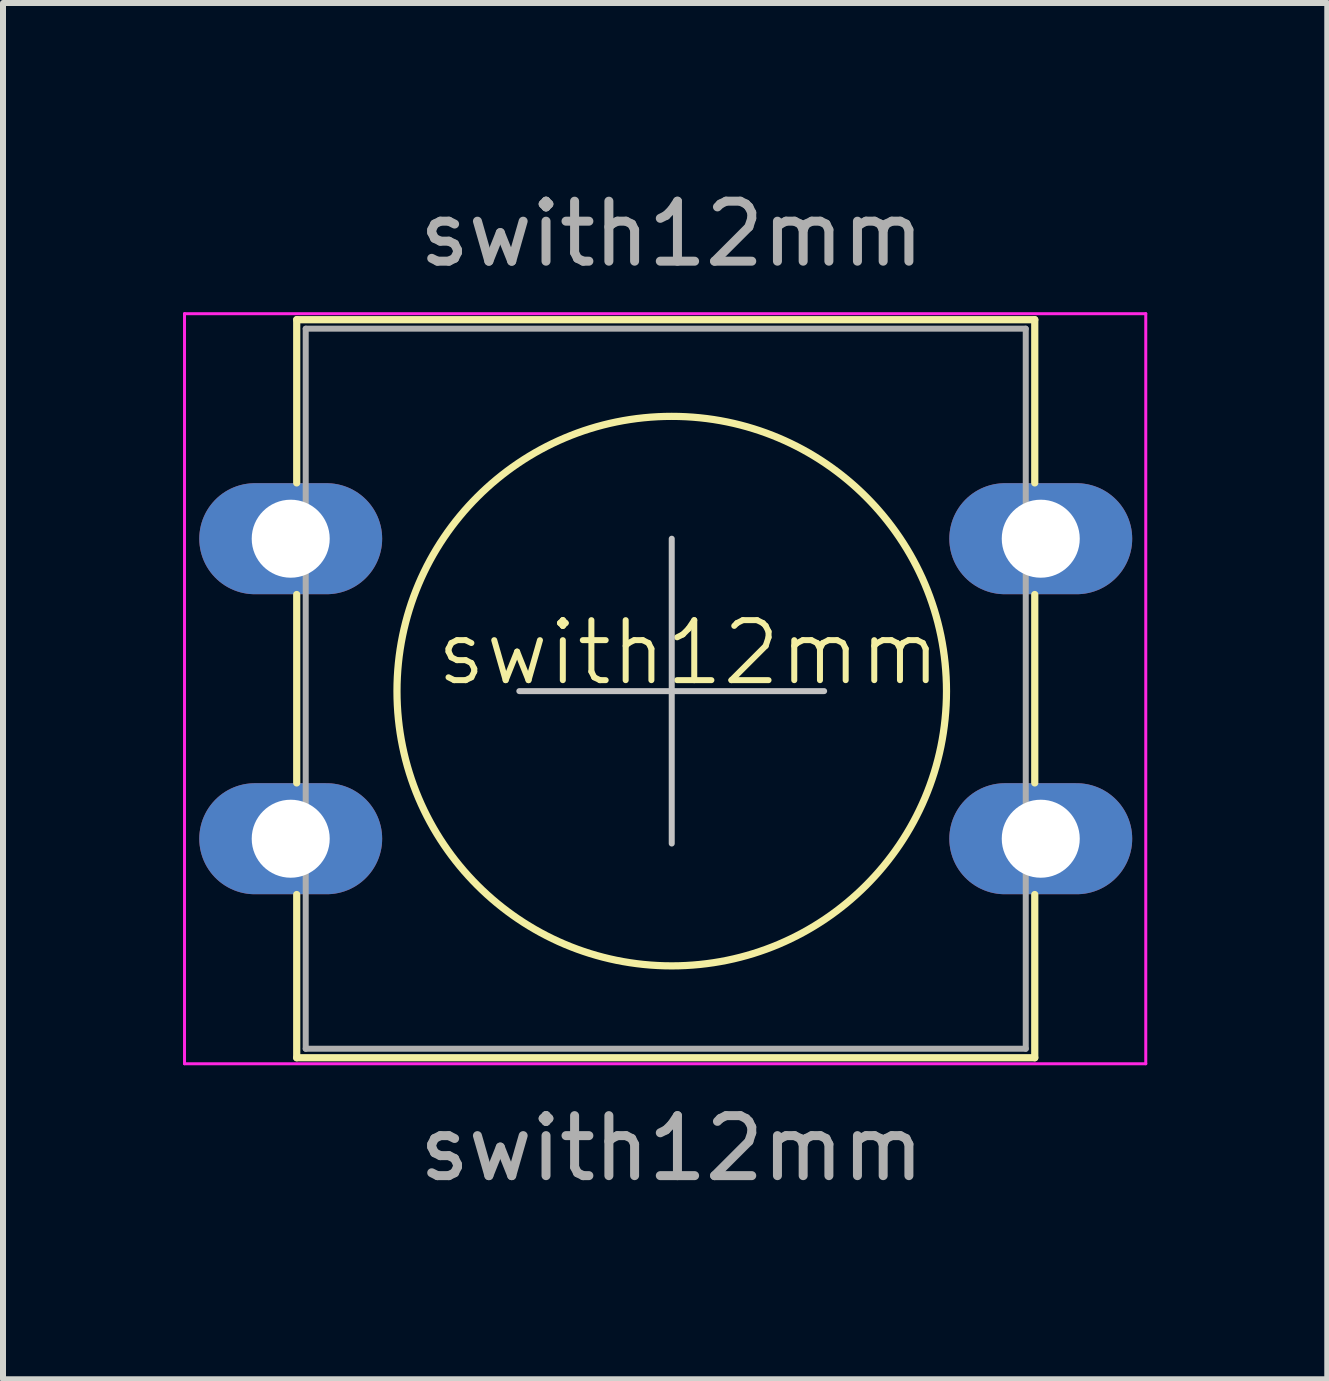
<source format=kicad_pcb>
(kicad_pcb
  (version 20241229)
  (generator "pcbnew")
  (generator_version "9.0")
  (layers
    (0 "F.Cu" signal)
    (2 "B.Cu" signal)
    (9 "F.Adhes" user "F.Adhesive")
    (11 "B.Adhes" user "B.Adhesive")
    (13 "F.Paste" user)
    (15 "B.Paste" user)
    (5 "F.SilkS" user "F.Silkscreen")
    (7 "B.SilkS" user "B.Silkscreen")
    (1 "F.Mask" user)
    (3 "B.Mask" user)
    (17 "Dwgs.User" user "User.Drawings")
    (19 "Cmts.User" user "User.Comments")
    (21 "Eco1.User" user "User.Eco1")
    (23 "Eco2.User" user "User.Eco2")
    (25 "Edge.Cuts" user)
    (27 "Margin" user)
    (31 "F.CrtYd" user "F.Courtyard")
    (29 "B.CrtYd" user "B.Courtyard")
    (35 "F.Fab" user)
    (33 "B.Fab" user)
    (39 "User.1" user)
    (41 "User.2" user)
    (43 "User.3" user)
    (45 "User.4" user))
  (footprint "swith12mm"
    (layer "F.Cu")
    (at 8.145 8.468)
    (property "Reference" "swith12mm" (at 0.28 -0.64 0) (unlocked yes) (layer "F.SilkS") (effects (font (size 1 1) (thickness 0.1))))
    (attr through_hole)
    (fp_line (start -6.25 -6.19) (end 6.05 -6.19) (stroke (width 0.12) (type solid)) (layer "F.SilkS"))
    (fp_line (start -6.25 -3.47) (end -6.25 -6.19) (stroke (width 0.12) (type solid)) (layer "F.SilkS"))
    (fp_line (start -6.25 1.53) (end -6.25 -1.61) (stroke (width 0.12) (type solid)) (layer "F.SilkS"))
    (fp_line (start -6.25 6.11) (end -6.25 3.39) (stroke (width 0.12) (type solid)) (layer "F.SilkS"))
    (fp_line (start 6.05 -6.19) (end 6.05 -3.47) (stroke (width 0.12) (type solid)) (layer "F.SilkS"))
    (fp_line (start 6.05 -1.61) (end 6.05 1.53) (stroke (width 0.12) (type solid)) (layer "F.SilkS"))
    (fp_line (start 6.05 3.39) (end 6.05 6.11) (stroke (width 0.12) (type solid)) (layer "F.SilkS"))
    (fp_line (start 6.05 6.11) (end -6.25 6.11) (stroke (width 0.12) (type solid)) (layer "F.SilkS"))
    (fp_circle (center 0 0) (end 3.81 2.54) (stroke (width 0.12) (type solid)) (fill no) (layer "F.SilkS"))
    (fp_line (start 0 -2.54) (end 0 2.54) (stroke (width 0.1) (type default)) (layer "Dwgs.User"))
    (fp_line (start 2.54 0) (end -2.54 0) (stroke (width 0.1) (type default)) (layer "Dwgs.User"))
    (fp_line (start -8.12 -6.29) (end -8.12 6.21) (stroke (width 0.05) (type solid)) (layer "F.CrtYd"))
    (fp_line (start -8.12 -6.29) (end 7.9 -6.29) (stroke (width 0.05) (type solid)) (layer "F.CrtYd"))
    (fp_line (start 7.9 6.21) (end -8.12 6.21) (stroke (width 0.05) (type solid)) (layer "F.CrtYd"))
    (fp_line (start 7.9 6.21) (end 7.9 -6.29) (stroke (width 0.05) (type solid)) (layer "F.CrtYd"))
    (fp_line (start -6.1 -6.04) (end -6.1 5.96) (stroke (width 0.1) (type solid)) (layer "F.Fab"))
    (fp_line (start -6.1 -6.04) (end 5.9 -6.04) (stroke (width 0.1) (type solid)) (layer "F.Fab"))
    (fp_line (start -6.1 5.96) (end 5.9 5.96) (stroke (width 0.1) (type solid)) (layer "F.Fab"))
    (fp_line (start 5.9 -6.04) (end 5.9 5.96) (stroke (width 0.1) (type solid)) (layer "F.Fab"))
    (fp_text user "${REFERENCE}" (at 0 -7.62 0) (layer "F.Fab") (effects (font (size 1 1) (thickness 0.15))))
    (fp_text user "${REFERENCE}" (at 0 7.62 0) (unlocked yes) (layer "F.Fab") (effects (font (size 1 1) (thickness 0.15))))
    (pad "1" thru_hole oval (at -6.35 -2.54) (size 3.048 1.85) (drill 1.3) (layers "*.Cu" "*.Mask"))
    (pad "1" thru_hole oval (at 6.15 -2.54) (size 3.048 1.85) (drill 1.3) (layers "*.Cu" "*.Mask"))
    (pad "2" thru_hole oval (at -6.35 2.46) (size 3.048 1.85) (drill 1.3) (layers "*.Cu" "*.Mask"))
    (pad "2" thru_hole oval (at 6.15 2.46) (size 3.048 1.85) (drill 1.3) (layers "*.Cu" "*.Mask")))
  (gr_rect
    (start -3 -3)
    (end 19.07 19.936)
    (stroke (width 0.1) (type default))
    (fill no)
    (layer "Edge.Cuts")))
</source>
